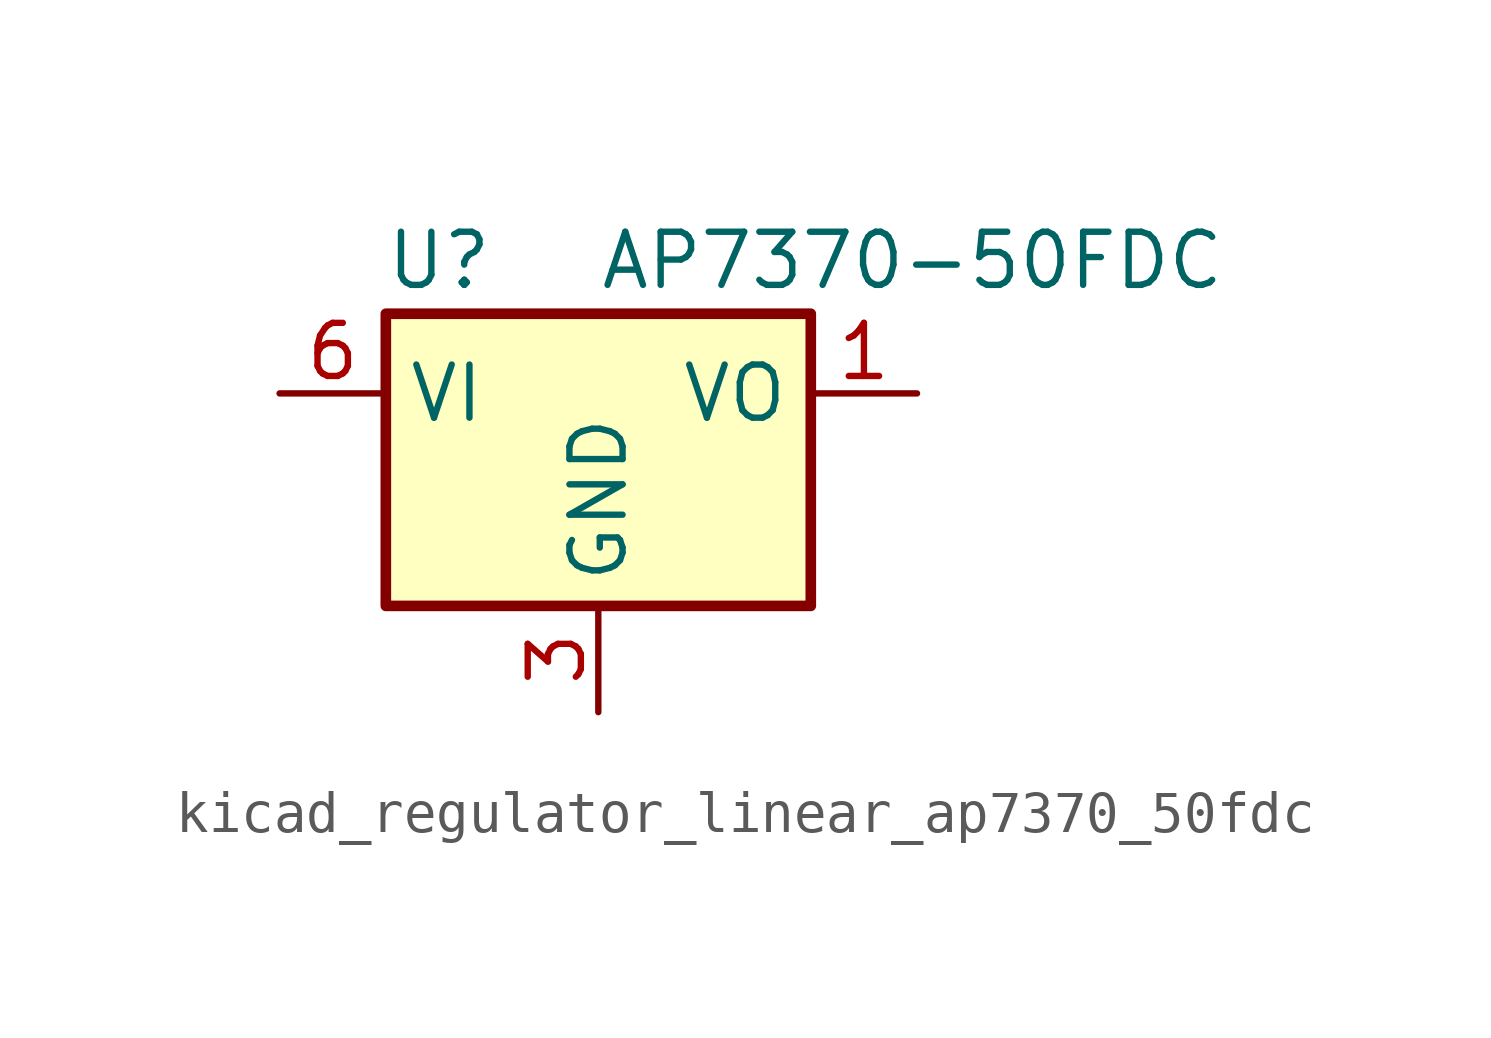
<source format=kicad_sym>
(kicad_symbol_lib
  (version 20220914)
  (generator kicad_symbol_editor)
  (symbol "kicad_regulator_linear_ap7370_50fdc"
    (property "Reference" "U"
      (at -3.81 3.175 0)
      (effects (font (size 1.27 1.27))))
    (property "Value" "AP7370-50FDC"
      (at 0 3.175 0)
      (effects (font (size 1.27 1.27)) (justify left)))
    (symbol "kicad_regulator_linear_ap7370_50fdc_0_1"
      (rectangle (start -5.08 -5.08) (end 5.08 1.905) (stroke (width 0.254) (type default)) (fill (type background))))
    (symbol "kicad_regulator_linear_ap7370_50fdc_1_1"
      (pin power_out line (at 7.62 0 180) (length 2.54) (name "VO" (effects (font (size 1.27 1.27)))) (number "1" (effects (font (size 1.27 1.27)))))
      (pin no_connect line (at -5.08 -2.54 0) (length 2.54) hide (name "NC" (effects (font (size 1.27 1.27)))) (number "2" (effects (font (size 1.27 1.27)))))
      (pin power_in line (at 0 -7.62 90) (length 2.54) (name "GND" (effects (font (size 1.27 1.27)))) (number "3" (effects (font (size 1.27 1.27)))))
      (pin no_connect line (at 5.08 -2.54 180) (length 2.54) hide (name "NC" (effects (font (size 1.27 1.27)))) (number "4" (effects (font (size 1.27 1.27)))))
      (pin no_connect line (at -5.08 -5.08 0) (length 2.54) hide (name "NC" (effects (font (size 1.27 1.27)))) (number "5" (effects (font (size 1.27 1.27)))))
      (pin power_in line (at -7.62 0 0) (length 2.54) (name "VI" (effects (font (size 1.27 1.27)))) (number "6" (effects (font (size 1.27 1.27)))))
      (pin passive line (at 0 -7.62 90) (length 2.54) hide (name "GND" (effects (font (size 1.27 1.27)))) (number "7" (effects (font (size 1.27 1.27))))))))
</source>
